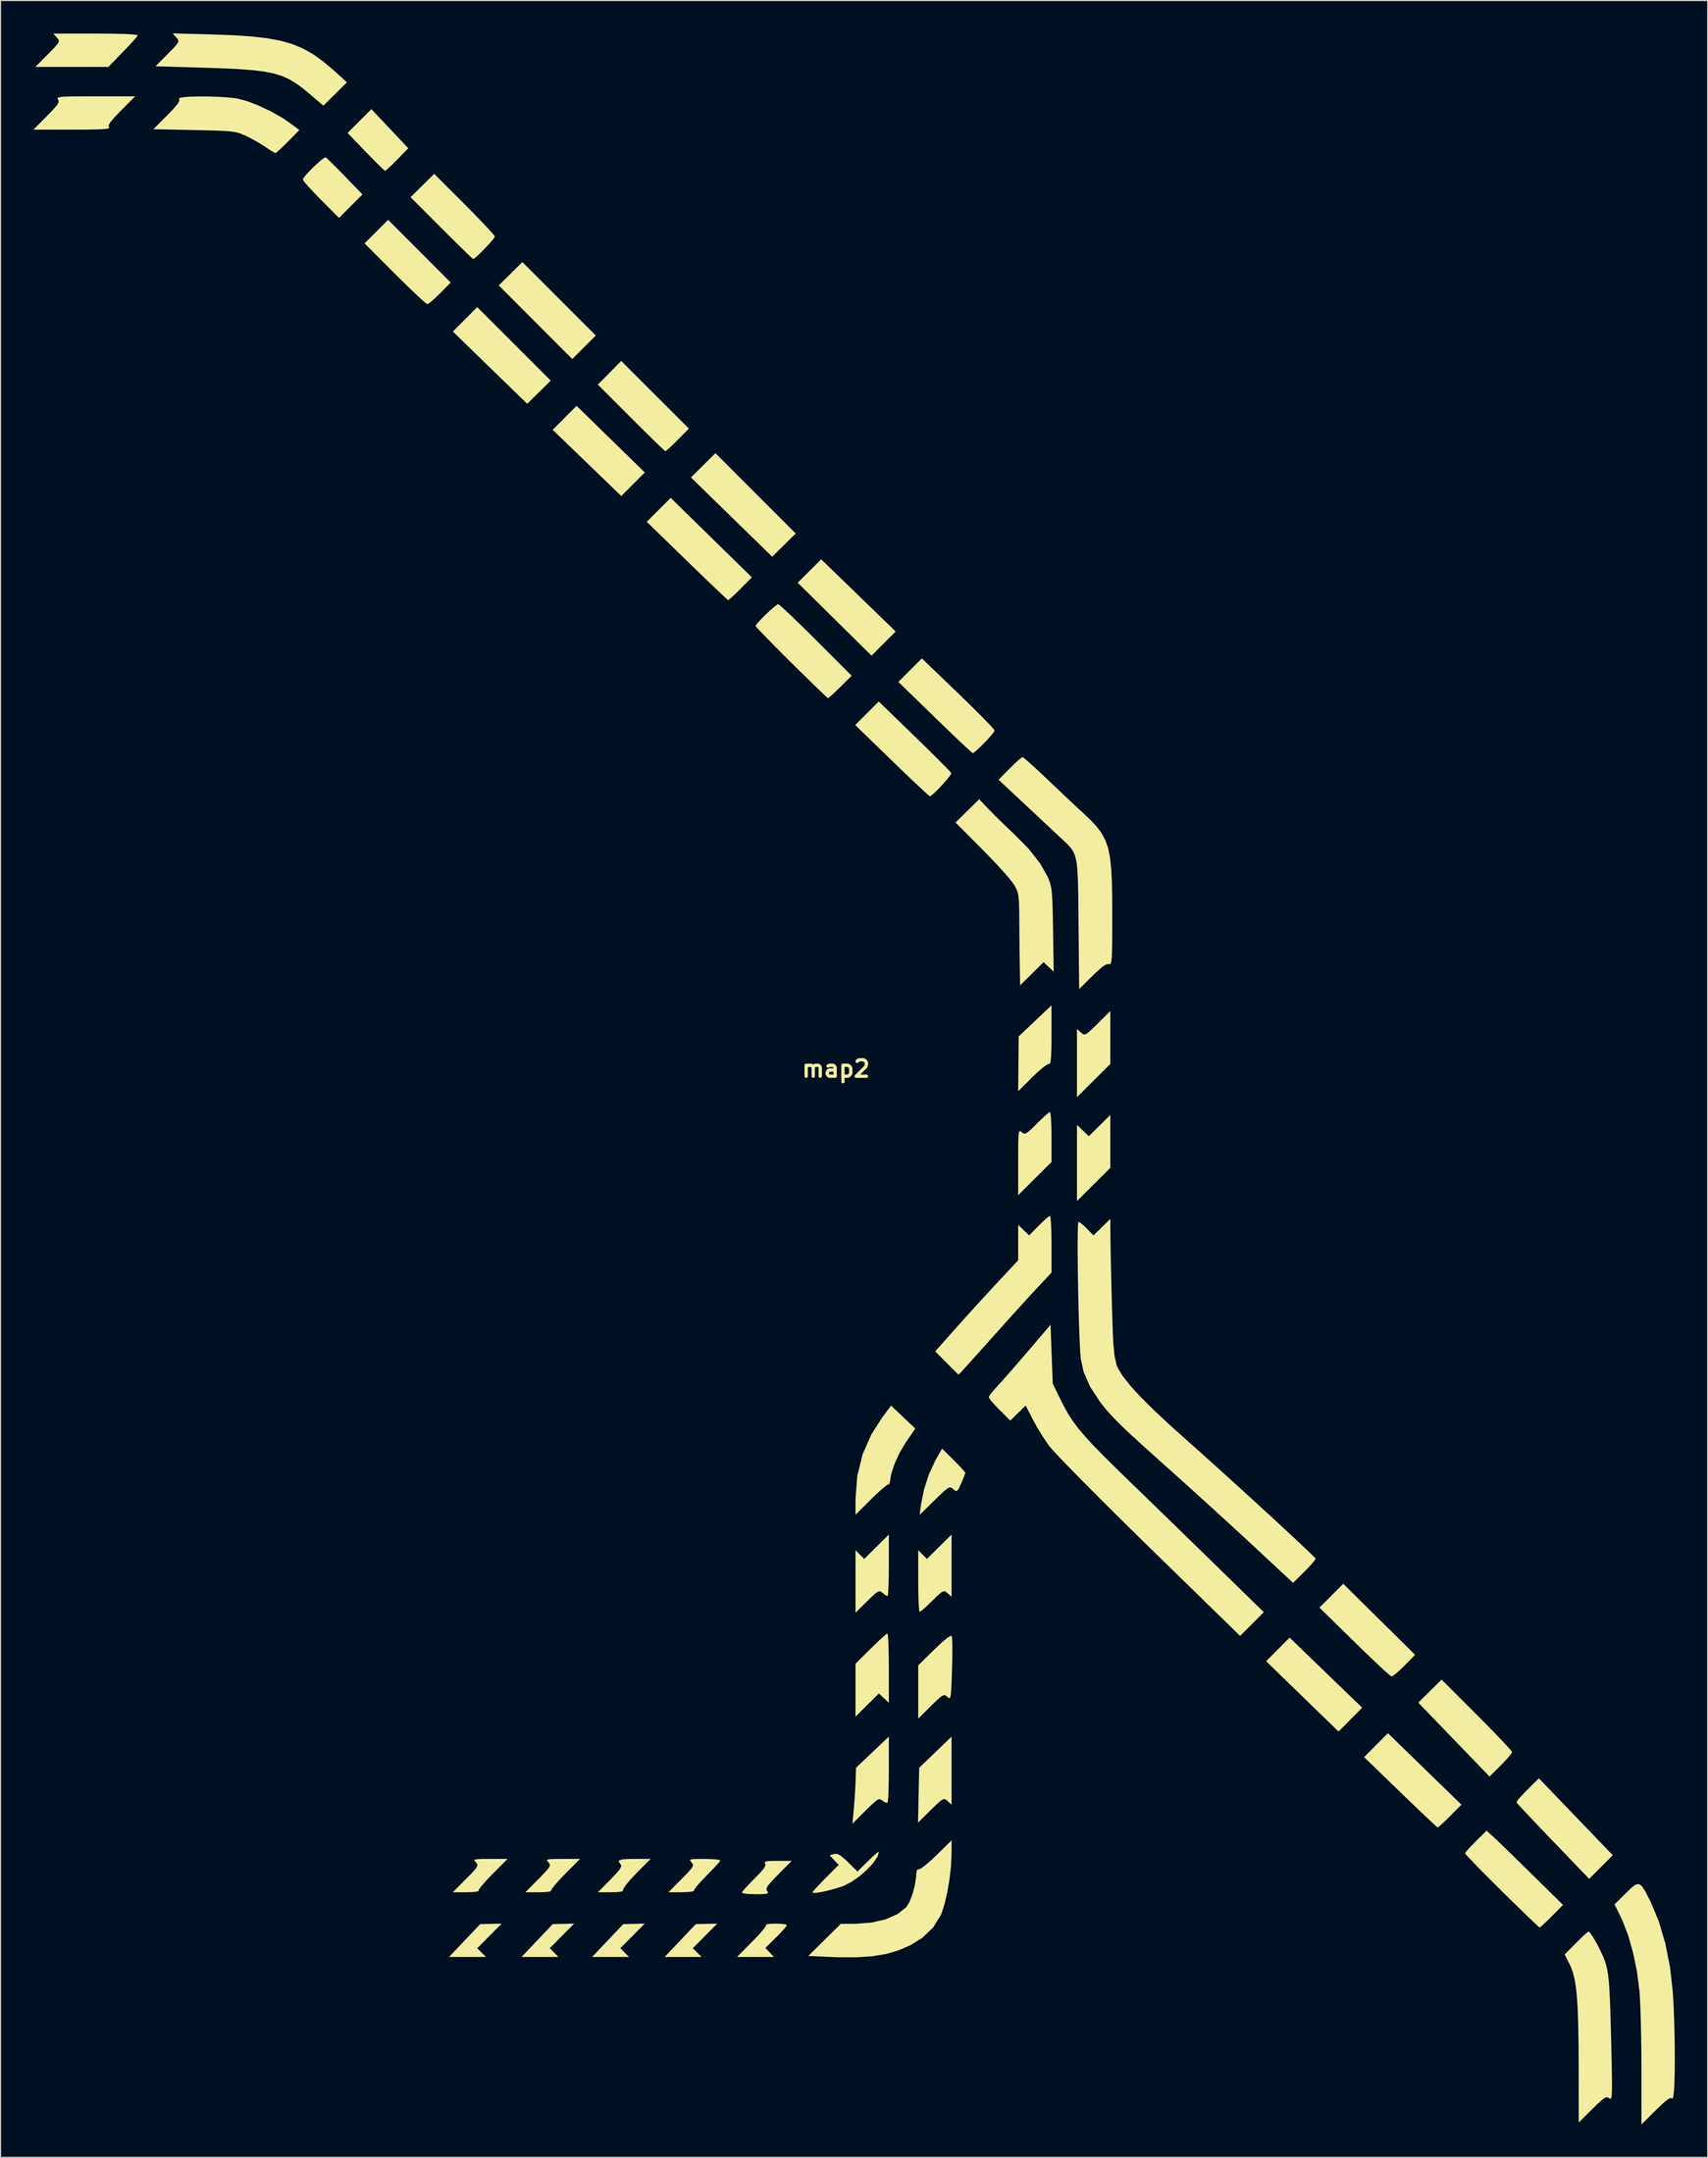
<source format=kicad_pcb>
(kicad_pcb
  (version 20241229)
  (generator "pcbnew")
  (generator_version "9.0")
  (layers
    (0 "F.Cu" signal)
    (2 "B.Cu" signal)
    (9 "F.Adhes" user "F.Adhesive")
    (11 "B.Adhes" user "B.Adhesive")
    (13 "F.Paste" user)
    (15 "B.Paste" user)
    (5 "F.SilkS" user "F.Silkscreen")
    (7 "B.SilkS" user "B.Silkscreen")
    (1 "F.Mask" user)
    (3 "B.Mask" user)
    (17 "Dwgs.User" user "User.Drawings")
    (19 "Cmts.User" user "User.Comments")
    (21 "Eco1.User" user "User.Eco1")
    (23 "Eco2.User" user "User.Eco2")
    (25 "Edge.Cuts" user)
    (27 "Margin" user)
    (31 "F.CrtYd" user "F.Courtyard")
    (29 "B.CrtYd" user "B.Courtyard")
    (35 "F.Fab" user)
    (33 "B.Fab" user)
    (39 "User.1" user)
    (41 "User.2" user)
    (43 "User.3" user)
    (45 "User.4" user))
  (footprint "map2"
    (layer "F.Cu")
    (at 73.239 94.459)
    (property "Reference" "map2" (at 0 0 0) (layer "F.SilkS") (effects (font (size 1.5 1.5) (thickness 0.3))))
    (attr board_only exclude_from_pos_files exclude_from_bom)
    (fp_poly (pts (xy -29.381 -66.138) (xy -26.028 -62.786) (xy -27.1 -61.727) (xy -28.173 -60.668) (xy -31.566 -63.965) (xy -34.96 -67.263) (xy -33.846 -68.376) (xy -32.733 -69.49)) (stroke (width 0) (type solid)) (fill yes) (layer "F.SilkS"))
    (fp_poly (pts (xy -25.265 -70.25) (xy -21.914 -66.9) (xy -22.988 -65.826) (xy -24.062 -64.752) (xy -27.416 -68.11) (xy -30.77 -71.467) (xy -29.692 -72.534) (xy -28.615 -73.6)) (stroke (width 0) (type solid)) (fill yes) (layer "F.SilkS"))
    (fp_poly (pts (xy -20.556 -57.444) (xy -17.44 -54.403) (xy -18.513 -53.329) (xy -19.587 -52.256) (xy -22.717 -55.274) (xy -25.847 -58.293) (xy -24.759 -59.389) (xy -23.671 -60.485)) (stroke (width 0) (type solid)) (fill yes) (layer "F.SilkS"))
    (fp_poly (pts (xy -7.332 -52.498) (xy -3.67 -48.833) (xy -4.742 -47.774) (xy -5.813 -46.715) (xy -9.52 -50.333) (xy -13.227 -53.95) (xy -12.111 -55.057) (xy -10.994 -56.163)) (stroke (width 0) (type solid)) (fill yes) (layer "F.SilkS"))
    (fp_poly (pts (xy 2.057 -43.187) (xy 5.456 -39.897) (xy 4.354 -38.793) (xy 3.253 -37.69) (xy -0.117 -41.017) (xy -3.488 -44.344) (xy -2.415 -45.411) (xy -1.342 -46.478)) (stroke (width 0) (type solid)) (fill yes) (layer "F.SilkS"))
    (fp_poly (pts (xy 44.718 55.093) (xy 48.027 58.29) (xy 46.95 59.377) (xy 45.873 60.464) (xy 42.568 57.257) (xy 39.263 54.049) (xy 40.336 52.972) (xy 41.409 51.896)) (stroke (width 0) (type solid)) (fill yes) (layer "F.SilkS"))
    (fp_poly (pts (xy -31.621 79.112) (xy -32.734 80.234) (xy -32.336 80.632) (xy -31.939 81.03) (xy -33.621 81.03) (xy -35.304 81.03) (xy -33.885 79.532) (xy -32.465 78.035) (xy -31.487 78.012) (xy -30.508 77.989)) (stroke (width 0) (type solid)) (fill yes) (layer "F.SilkS"))
    (fp_poly (pts (xy -25.003 79.112) (xy -26.116 80.234) (xy -25.718 80.632) (xy -25.321 81.03) (xy -27.003 81.03) (xy -28.686 81.03) (xy -27.267 79.532) (xy -25.847 78.035) (xy -24.869 78.012) (xy -23.89 77.989)) (stroke (width 0) (type solid)) (fill yes) (layer "F.SilkS"))
    (fp_poly (pts (xy -18.563 79.112) (xy -19.676 80.234) (xy -19.279 80.632) (xy -18.881 81.03) (xy -20.564 81.03) (xy -22.246 81.03) (xy -20.827 79.532) (xy -19.408 78.035) (xy -18.429 78.012) (xy -17.45 77.989)) (stroke (width 0) (type solid)) (fill yes) (layer "F.SilkS"))
    (fp_poly (pts (xy -11.945 79.112) (xy -13.058 80.234) (xy -12.66 80.632) (xy -12.263 81.03) (xy -13.945 81.03) (xy -15.628 81.03) (xy -14.209 79.532) (xy -12.789 78.035) (xy -11.811 78.012) (xy -10.832 77.989)) (stroke (width 0) (type solid)) (fill yes) (layer "F.SilkS"))
    (fp_poly (pts (xy 25.042 6.628) (xy 25.042 9.041) (xy 23.522 10.554) (xy 22.001 12.066) (xy 22.001 8.593) (xy 22.001 5.12) (xy 22.541 5.637) (xy 23.08 6.154) (xy 24.061 5.185) (xy 25.042 4.216)) (stroke (width 0) (type solid)) (fill yes) (layer "F.SilkS"))
    (fp_poly (pts (xy 10.554 64.031) (xy 10.554 67.133) (xy 10.19 66.804) (xy 10.008 66.659) (xy 9.839 66.624) (xy 9.617 66.734) (xy 9.279 67.023) (xy 8.762 67.524) (xy 8.659 67.625) (xy 7.493 68.777) (xy 7.548 66.273) (xy 7.602 63.768) (xy 9.078 62.349) (xy 10.554 60.93)) (stroke (width 0) (type solid)) (fill yes) (layer "F.SilkS"))
    (fp_poly (pts (xy 25.042 -2.853) (xy 25.042 -0.439) (xy 23.522 1.073) (xy 22.001 2.586) (xy 22.001 -0.524) (xy 22.001 -3.633) (xy 22.365 -3.304) (xy 22.547 -3.158) (xy 22.717 -3.124) (xy 22.939 -3.235) (xy 23.277 -3.525) (xy 23.794 -4.03) (xy 23.886 -4.12) (xy 25.042 -5.266)) (stroke (width 0) (type solid)) (fill yes) (layer "F.SilkS"))
    (fp_poly (pts (xy -40.711 -85.766) (xy -39.026 -83.981) (xy -40.033 -82.952) (xy -40.513 -82.474) (xy -40.896 -82.114) (xy -41.116 -81.934) (xy -41.14 -81.924) (xy -41.293 -82.046) (xy -41.645 -82.379) (xy -42.146 -82.877) (xy -42.747 -83.492) (xy -42.903 -83.653) (xy -44.566 -85.382) (xy -43.482 -86.466) (xy -42.397 -87.551)) (stroke (width 0) (type solid)) (fill yes) (layer "F.SilkS"))
    (fp_poly (pts (xy 19.676 -3.063) (xy 19.667 -1.936) (xy 19.64 -1.142) (xy 19.591 -0.658) (xy 19.521 -0.46) (xy 19.479 -0.459) (xy 19.275 -0.392) (xy 18.883 -0.108) (xy 18.359 0.349) (xy 17.958 0.734) (xy 16.635 2.048) (xy 16.658 -0.452) (xy 16.681 -2.951) (xy 18.179 -4.371) (xy 19.676 -5.79)) (stroke (width 0) (type solid)) (fill yes) (layer "F.SilkS"))
    (fp_poly (pts (xy -38.013 -74.592) (xy -35.157 -71.732) (xy -36.13 -70.746) (xy -36.616 -70.277) (xy -37.02 -69.929) (xy -37.267 -69.766) (xy -37.291 -69.761) (xy -37.467 -69.882) (xy -37.855 -70.222) (xy -38.415 -70.744) (xy -39.11 -71.411) (xy -39.898 -72.186) (xy -40.247 -72.533) (xy -43.015 -75.306) (xy -41.942 -76.379) (xy -40.869 -77.452)) (stroke (width 0) (type solid)) (fill yes) (layer "F.SilkS"))
    (fp_poly (pts (xy -16.506 -61.493) (xy -13.419 -58.409) (xy -14.44 -57.377) (xy -14.925 -56.899) (xy -15.311 -56.538) (xy -15.534 -56.356) (xy -15.558 -56.345) (xy -15.706 -56.466) (xy -16.071 -56.807) (xy -16.615 -57.332) (xy -17.304 -58.006) (xy -18.101 -58.796) (xy -18.69 -59.384) (xy -21.726 -62.423) (xy -20.66 -63.5) (xy -19.594 -64.577)) (stroke (width 0) (type solid)) (fill yes) (layer "F.SilkS"))
    (fp_poly (pts (xy 49.58 50.224) (xy 52.857 53.465) (xy 51.879 54.458) (xy 51.393 54.928) (xy 50.99 55.276) (xy 50.742 55.439) (xy 50.717 55.444) (xy 50.543 55.321) (xy 50.152 54.98) (xy 49.581 54.455) (xy 48.865 53.78) (xy 48.041 52.988) (xy 47.331 52.296) (xy 44.131 49.155) (xy 45.216 48.07) (xy 46.302 46.984)) (stroke (width 0) (type solid)) (fill yes) (layer "F.SilkS"))
    (fp_poly (pts (xy 53.73 63.875) (xy 57.082 67.134) (xy 56.049 68.179) (xy 55.561 68.66) (xy 55.172 69.021) (xy 54.947 69.204) (xy 54.92 69.215) (xy 54.771 69.093) (xy 54.401 68.755) (xy 53.844 68.234) (xy 53.137 67.562) (xy 52.313 66.772) (xy 51.515 66.002) (xy 48.206 62.798) (xy 49.292 61.707) (xy 50.378 60.616)) (stroke (width 0) (type solid)) (fill yes) (layer "F.SilkS"))
    (fp_poly (pts (xy 58.493 58.941) (xy 59.369 59.822) (xy 60.153 60.625) (xy 60.813 61.316) (xy 61.315 61.856) (xy 61.625 62.212) (xy 61.711 62.341) (xy 61.592 62.546) (xy 61.275 62.925) (xy 60.821 63.407) (xy 60.681 63.547) (xy 59.651 64.566) (xy 56.4 61.198) (xy 53.15 57.83) (xy 54.213 56.778) (xy 55.276 55.726)) (stroke (width 0) (type solid)) (fill yes) (layer "F.SilkS"))
    (fp_poly (pts (xy 67.528 68.241) (xy 70.899 71.749) (xy 69.822 72.826) (xy 68.745 73.902) (xy 65.452 70.477) (xy 64.573 69.56) (xy 63.78 68.727) (xy 63.104 68.012) (xy 62.579 67.45) (xy 62.237 67.076) (xy 62.112 66.926) (xy 62.209 66.751) (xy 62.508 66.397) (xy 62.95 65.928) (xy 63.111 65.766) (xy 64.157 64.732)) (stroke (width 0) (type solid)) (fill yes) (layer "F.SilkS"))
    (fp_poly (pts (xy -11.375 -48.461) (xy -7.673 -44.837) (xy -8.705 -43.794) (xy -9.192 -43.314) (xy -9.58 -42.953) (xy -9.806 -42.771) (xy -9.832 -42.76) (xy -9.98 -42.882) (xy -10.35 -43.223) (xy -10.91 -43.751) (xy -11.627 -44.435) (xy -12.467 -45.243) (xy -13.397 -46.144) (xy -13.594 -46.336) (xy -17.261 -49.902) (xy -16.169 -50.994) (xy -15.078 -52.085)) (stroke (width 0) (type solid)) (fill yes) (layer "F.SilkS"))
    (fp_poly (pts (xy 4.741 51.685) (xy 4.778 52.155) (xy 4.806 52.869) (xy 4.824 53.77) (xy 4.83 54.677) (xy 4.83 57.838) (xy 4.378 57.414) (xy 3.927 56.99) (xy 2.858 58.048) (xy 1.789 59.106) (xy 1.789 56.693) (xy 1.789 54.28) (xy 3.179 52.898) (xy 3.752 52.339) (xy 4.236 51.888) (xy 4.573 51.598) (xy 4.699 51.515)) (stroke (width 0) (type solid)) (fill yes) (layer "F.SilkS"))
    (fp_poly (pts (xy -18.227 73.409) (xy -18.775 73.99) (xy -19.181 74.477) (xy -19.4 74.815) (xy -19.419 74.929) (xy -19.485 75.044) (xy -19.868 75.108) (xy -20.51 75.127) (xy -21.723 75.127) (xy -20.572 73.966) (xy -20.016 73.384) (xy -19.698 72.991) (xy -19.585 72.739) (xy -19.638 72.589) (xy -19.815 72.36) (xy -19.773 72.211) (xy -19.473 72.126) (xy -18.878 72.09) (xy -18.384 72.086) (xy -16.912 72.086)) (stroke (width 0) (type solid)) (fill yes) (layer "F.SilkS"))
    (fp_poly (pts (xy -4.937 78.011) (xy -4.569 78.069) (xy -4.472 78.129) (xy -4.591 78.313) (xy -4.905 78.673) (xy -5.353 79.139) (xy -5.453 79.238) (xy -6.434 80.207) (xy -6.048 80.618) (xy -5.662 81.03) (xy -7.343 81.03) (xy -9.025 81.03) (xy -7.637 79.634) (xy -7.09 79.063) (xy -6.668 78.581) (xy -6.418 78.244) (xy -6.374 78.113) (xy -6.283 78.047) (xy -5.919 78.002) (xy -5.485 77.989)) (stroke (width 0) (type solid)) (fill yes) (layer "F.SilkS"))
    (fp_poly (pts (xy 4.83 45.305) (xy 4.822 46.262) (xy 4.802 47.08) (xy 4.772 47.697) (xy 4.735 48.053) (xy 4.71 48.117) (xy 4.499 48.01) (xy 4.256 47.815) (xy 4.079 47.684) (xy 3.901 47.673) (xy 3.656 47.819) (xy 3.278 48.157) (xy 2.856 48.57) (xy 1.789 49.626) (xy 1.789 46.775) (xy 1.789 43.923) (xy 2.186 44.321) (xy 2.584 44.718) (xy 3.707 43.606) (xy 4.83 42.493)) (stroke (width 0) (type solid)) (fill yes) (layer "F.SilkS"))
    (fp_poly (pts (xy 6.139 31.777) (xy 7.244 32.823) (xy 6.387 34.073) (xy 5.807 35.044) (xy 5.341 36.067) (xy 5.035 37.026) (xy 4.938 37.653) (xy 4.871 37.903) (xy 4.789 37.921) (xy 4.619 38.004) (xy 4.254 38.296) (xy 3.751 38.749) (xy 3.224 39.258) (xy 1.789 40.685) (xy 1.789 39.296) (xy 1.947 37.173) (xy 2.428 35.2) (xy 3.236 33.355) (xy 4.191 31.867) (xy 5.034 30.731)) (stroke (width 0) (type solid)) (fill yes) (layer "F.SilkS"))
    (fp_poly (pts (xy -46.394 -83.005) (xy -46.024 -82.65) (xy -45.51 -82.138) (xy -44.905 -81.52) (xy -44.815 -81.427) (xy -43.212 -79.767) (xy -44.281 -78.698) (xy -45.35 -77.629) (xy -47.002 -79.288) (xy -47.618 -79.92) (xy -48.129 -80.47) (xy -48.489 -80.885) (xy -48.65 -81.112) (xy -48.654 -81.128) (xy -48.534 -81.344) (xy -48.228 -81.705) (xy -47.811 -82.139) (xy -47.358 -82.57) (xy -46.948 -82.926) (xy -46.655 -83.131) (xy -46.57 -83.152)) (stroke (width 0) (type solid)) (fill yes) (layer "F.SilkS"))
    (fp_poly (pts (xy -66.277 -94.438) (xy -65.229 -94.417) (xy -64.428 -94.384) (xy -63.91 -94.34) (xy -63.709 -94.287) (xy -63.709 -94.279) (xy -63.852 -94.088) (xy -64.191 -93.704) (xy -64.671 -93.188) (xy -65.084 -92.758) (xy -66.399 -91.404) (xy -69.729 -91.404) (xy -73.059 -91.404) (xy -71.913 -92.561) (xy -71.376 -93.109) (xy -71.057 -93.468) (xy -70.923 -93.703) (xy -70.939 -93.876) (xy -71.071 -94.052) (xy -71.096 -94.081) (xy -71.426 -94.445) (xy -67.537 -94.445)) (stroke (width 0) (type solid)) (fill yes) (layer "F.SilkS"))
    (fp_poly (pts (xy 4.83 63.884) (xy 4.823 64.878) (xy 4.804 65.744) (xy 4.775 66.421) (xy 4.738 66.845) (xy 4.71 66.959) (xy 4.506 66.945) (xy 4.256 66.776) (xy 4.087 66.65) (xy 3.914 66.636) (xy 3.678 66.769) (xy 3.317 67.084) (xy 2.771 67.616) (xy 2.717 67.67) (xy 1.511 68.867) (xy 1.637 67.48) (xy 1.707 66.599) (xy 1.766 65.662) (xy 1.799 64.931) (xy 1.835 63.768) (xy 3.332 62.349) (xy 4.83 60.93)) (stroke (width 0) (type solid)) (fill yes) (layer "F.SilkS"))
    (fp_poly (pts (xy 10.554 45.333) (xy 10.554 48.172) (xy 10.19 47.843) (xy 9.999 47.691) (xy 9.824 47.66) (xy 9.595 47.783) (xy 9.242 48.096) (xy 8.798 48.531) (xy 8.305 49.004) (xy 7.906 49.36) (xy 7.669 49.538) (xy 7.642 49.548) (xy 7.598 49.379) (xy 7.56 48.913) (xy 7.532 48.21) (xy 7.516 47.33) (xy 7.513 46.736) (xy 7.513 43.923) (xy 7.91 44.321) (xy 8.308 44.718) (xy 9.431 43.606) (xy 10.554 42.493)) (stroke (width 0) (type solid)) (fill yes) (layer "F.SilkS"))
    (fp_poly (pts (xy -33.895 -78.881) (xy -33.085 -78.065) (xy -32.369 -77.326) (xy -31.782 -76.706) (xy -31.362 -76.241) (xy -31.146 -75.973) (xy -31.124 -75.928) (xy -31.241 -75.735) (xy -31.541 -75.378) (xy -31.948 -74.936) (xy -32.384 -74.49) (xy -32.774 -74.118) (xy -33.04 -73.901) (xy -33.099 -73.875) (xy -33.245 -73.996) (xy -33.605 -74.335) (xy -34.144 -74.855) (xy -34.822 -75.522) (xy -35.604 -76.298) (xy -36.002 -76.696) (xy -38.819 -79.517) (xy -37.742 -80.582) (xy -36.666 -81.648)) (stroke (width 0) (type solid)) (fill yes) (layer "F.SilkS"))
    (fp_poly (pts (xy -31.357 73.482) (xy -31.904 74.053) (xy -32.326 74.535) (xy -32.577 74.872) (xy -32.62 75.002) (xy -32.719 75.063) (xy -33.096 75.108) (xy -33.673 75.127) (xy -33.728 75.127) (xy -34.96 75.127) (xy -33.757 73.914) (xy -33.203 73.348) (xy -32.871 72.973) (xy -32.725 72.73) (xy -32.73 72.56) (xy -32.851 72.403) (xy -32.861 72.394) (xy -32.984 72.248) (xy -32.964 72.157) (xy -32.744 72.109) (xy -32.272 72.089) (xy -31.569 72.086) (xy -29.97 72.086)) (stroke (width 0) (type solid)) (fill yes) (layer "F.SilkS"))
    (fp_poly (pts (xy -24.739 73.482) (xy -25.286 74.053) (xy -25.708 74.535) (xy -25.958 74.872) (xy -26.002 75.002) (xy -26.101 75.063) (xy -26.478 75.108) (xy -27.054 75.127) (xy -27.109 75.127) (xy -28.342 75.127) (xy -27.138 73.914) (xy -26.585 73.348) (xy -26.252 72.973) (xy -26.106 72.73) (xy -26.111 72.56) (xy -26.233 72.403) (xy -26.242 72.394) (xy -26.366 72.248) (xy -26.345 72.157) (xy -26.126 72.109) (xy -25.654 72.089) (xy -24.951 72.086) (xy -23.351 72.086)) (stroke (width 0) (type solid)) (fill yes) (layer "F.SilkS"))
    (fp_poly (pts (xy 7.187 -30.331) (xy 8.08 -29.46) (xy 8.885 -28.667) (xy 9.568 -27.986) (xy 10.093 -27.452) (xy 10.425 -27.101) (xy 10.53 -26.974) (xy 10.441 -26.784) (xy 10.166 -26.427) (xy 9.778 -25.982) (xy 9.349 -25.526) (xy 8.953 -25.141) (xy 8.663 -24.903) (xy 8.574 -24.863) (xy 8.421 -24.983) (xy 8.046 -25.32) (xy 7.486 -25.841) (xy 6.775 -26.514) (xy 5.948 -27.305) (xy 5.112 -28.113) (xy 1.762 -31.362) (xy 2.836 -32.436) (xy 3.909 -33.509)) (stroke (width 0) (type solid)) (fill yes) (layer "F.SilkS"))
    (fp_poly (pts (xy 11.165 -34.247) (xy 12.063 -33.376) (xy 12.869 -32.581) (xy 13.549 -31.896) (xy 14.068 -31.357) (xy 14.392 -30.998) (xy 14.489 -30.859) (xy 14.37 -30.658) (xy 14.067 -30.296) (xy 13.656 -29.851) (xy 13.215 -29.404) (xy 12.82 -29.035) (xy 12.55 -28.822) (xy 12.492 -28.799) (xy 12.34 -28.918) (xy 11.967 -29.255) (xy 11.408 -29.777) (xy 10.699 -30.45) (xy 9.874 -31.242) (xy 9.041 -32.049) (xy 5.699 -35.298) (xy 6.77 -36.37) (xy 7.841 -37.441)) (stroke (width 0) (type solid)) (fill yes) (layer "F.SilkS"))
    (fp_poly (pts (xy 10.749 35.702) (xy 11.234 36.195) (xy 11.602 36.594) (xy 11.792 36.832) (xy 11.806 36.864) (xy 11.739 37.082) (xy 11.568 37.511) (xy 11.433 37.823) (xy 11.208 38.309) (xy 11.051 38.517) (xy 10.894 38.499) (xy 10.711 38.349) (xy 10.545 38.22) (xy 10.379 38.192) (xy 10.158 38.3) (xy 9.824 38.576) (xy 9.321 39.055) (xy 9.006 39.363) (xy 7.65 40.694) (xy 7.767 39.753) (xy 8.041 38.375) (xy 8.503 36.963) (xy 9.089 35.702) (xy 9.137 35.618) (xy 9.692 34.656)) (stroke (width 0) (type solid)) (fill yes) (layer "F.SilkS"))
    (fp_poly (pts (xy 19.589 4.103) (xy 19.632 4.561) (xy 19.663 5.243) (xy 19.676 6.082) (xy 19.676 6.22) (xy 19.676 8.504) (xy 18.156 10.017) (xy 16.635 11.529) (xy 16.635 8.51) (xy 16.637 7.409) (xy 16.646 6.622) (xy 16.667 6.103) (xy 16.705 5.806) (xy 16.767 5.687) (xy 16.857 5.7) (xy 16.958 5.782) (xy 17.132 5.907) (xy 17.312 5.909) (xy 17.562 5.75) (xy 17.947 5.395) (xy 18.339 5.004) (xy 18.838 4.516) (xy 19.247 4.144) (xy 19.498 3.95) (xy 19.536 3.935)) (stroke (width 0) (type solid)) (fill yes) (layer "F.SilkS"))
    (fp_poly (pts (xy 10.574 51.749) (xy 10.607 51.993) (xy 10.625 52.529) (xy 10.627 53.29) (xy 10.612 54.208) (xy 10.596 54.786) (xy 10.56 55.844) (xy 10.527 56.591) (xy 10.489 57.072) (xy 10.437 57.334) (xy 10.365 57.423) (xy 10.263 57.384) (xy 10.165 57.301) (xy 9.991 57.17) (xy 9.818 57.152) (xy 9.583 57.283) (xy 9.223 57.599) (xy 8.675 58.134) (xy 8.669 58.14) (xy 7.513 59.286) (xy 7.513 56.855) (xy 7.513 54.424) (xy 8.987 52.979) (xy 9.675 52.331) (xy 10.185 51.909) (xy 10.493 51.73)) (stroke (width 0) (type solid)) (fill yes) (layer "F.SilkS"))
    (fp_poly (pts (xy -65.251 -87.418) (xy -65.849 -86.797) (xy -66.211 -86.37) (xy -66.367 -86.092) (xy -66.349 -85.921) (xy -66.329 -85.897) (xy -66.325 -85.821) (xy -66.51 -85.764) (xy -66.919 -85.723) (xy -67.585 -85.697) (xy -68.544 -85.684) (xy -69.675 -85.68) (xy -73.239 -85.68) (xy -72.006 -86.923) (xy -71.438 -87.509) (xy -71.096 -87.907) (xy -70.945 -88.17) (xy -70.948 -88.354) (xy -71.004 -88.443) (xy -71.053 -88.537) (xy -70.992 -88.607) (xy -70.781 -88.657) (xy -70.379 -88.69) (xy -69.744 -88.71) (xy -68.834 -88.719) (xy -67.608 -88.721) (xy -67.596 -88.721) (xy -63.956 -88.721)) (stroke (width 0) (type solid)) (fill yes) (layer "F.SilkS"))
    (fp_poly (pts (xy -5.267 73.507) (xy -5.835 74.093) (xy -6.177 74.491) (xy -6.329 74.755) (xy -6.325 74.939) (xy -6.269 75.027) (xy -6.186 75.172) (xy -6.276 75.256) (xy -6.597 75.295) (xy -7.208 75.306) (xy -7.312 75.306) (xy -7.935 75.288) (xy -8.389 75.24) (xy -8.584 75.174) (xy -8.586 75.166) (xy -8.467 74.987) (xy -8.148 74.623) (xy -7.686 74.138) (xy -7.429 73.881) (xy -6.863 73.297) (xy -6.539 72.898) (xy -6.425 72.64) (xy -6.467 72.499) (xy -6.506 72.377) (xy -6.335 72.305) (xy -5.903 72.271) (xy -5.348 72.265) (xy -4.034 72.265)) (stroke (width 0) (type solid)) (fill yes) (layer "F.SilkS"))
    (fp_poly (pts (xy -11.349 72.102) (xy -10.837 72.143) (xy -10.573 72.203) (xy -10.554 72.225) (xy -10.673 72.403) (xy -10.994 72.768) (xy -11.461 73.26) (xy -11.797 73.598) (xy -12.316 74.136) (xy -12.71 74.587) (xy -12.926 74.891) (xy -12.949 74.979) (xy -13.065 75.052) (xy -13.455 75.105) (xy -14.037 75.127) (xy -14.071 75.127) (xy -15.284 75.127) (xy -14.081 73.914) (xy -13.527 73.348) (xy -13.195 72.973) (xy -13.049 72.73) (xy -13.054 72.56) (xy -13.175 72.403) (xy -13.185 72.394) (xy -13.313 72.243) (xy -13.289 72.152) (xy -13.06 72.105) (xy -12.568 72.088) (xy -12.023 72.086)) (stroke (width 0) (type solid)) (fill yes) (layer "F.SilkS"))
    (fp_poly (pts (xy 60.055 70.122) (xy 60.383 70.431) (xy 60.916 70.943) (xy 61.607 71.613) (xy 62.405 72.393) (xy 63.264 73.235) (xy 63.543 73.509) (xy 66.359 76.282) (xy 65.338 77.314) (xy 64.853 77.792) (xy 64.467 78.151) (xy 64.246 78.331) (xy 64.221 78.341) (xy 64.074 78.219) (xy 63.707 77.878) (xy 63.155 77.351) (xy 62.452 76.67) (xy 61.632 75.869) (xy 60.772 75.023) (xy 59.876 74.133) (xy 59.071 73.324) (xy 58.389 72.629) (xy 57.864 72.083) (xy 57.529 71.721) (xy 57.418 71.578) (xy 57.537 71.399) (xy 57.851 71.042) (xy 58.299 70.579) (xy 58.4 70.478) (xy 59.382 69.508)) (stroke (width 0) (type solid)) (fill yes) (layer "F.SilkS"))
    (fp_poly (pts (xy -5.101 -42.271) (xy -4.716 -41.929) (xy -4.151 -41.399) (xy -3.44 -40.715) (xy -2.62 -39.911) (xy -1.83 -39.125) (xy 1.435 -35.857) (xy 0.399 -34.832) (xy -0.089 -34.358) (xy -0.477 -34.002) (xy -0.697 -33.822) (xy -0.721 -33.811) (xy -0.865 -33.933) (xy -1.229 -34.274) (xy -1.777 -34.8) (xy -2.474 -35.478) (xy -3.287 -36.275) (xy -4.069 -37.048) (xy -4.952 -37.926) (xy -5.744 -38.724) (xy -6.412 -39.405) (xy -6.922 -39.936) (xy -7.24 -40.281) (xy -7.334 -40.404) (xy -7.212 -40.597) (xy -6.898 -40.946) (xy -6.474 -41.375) (xy -6.017 -41.807) (xy -5.61 -42.164) (xy -5.33 -42.37) (xy -5.269 -42.393)) (stroke (width 0) (type solid)) (fill yes) (layer "F.SilkS"))
    (fp_poly (pts (xy 3.935 71.43) (xy 3.789 71.895) (xy 3.396 72.467) (xy 2.823 73.083) (xy 2.137 73.678) (xy 1.404 74.188) (xy 0.692 74.55) (xy 0.646 74.567) (xy 0.035 74.77) (xy -0.632 74.952) (xy -1.267 75.094) (xy -1.784 75.178) (xy -2.095 75.187) (xy -2.146 75.152) (xy -2.029 74.987) (xy -1.712 74.632) (xy -1.251 74.148) (xy -0.948 73.839) (xy 0.25 72.632) (xy -0.159 72.197) (xy -0.567 71.762) (xy -0.174 71.637) (xy 0.098 71.621) (xy 0.415 71.774) (xy 0.852 72.141) (xy 1.093 72.374) (xy 1.968 73.236) (xy 2.952 72.264) (xy 3.412 71.826) (xy 3.758 71.527) (xy 3.927 71.421)) (stroke (width 0) (type solid)) (fill yes) (layer "F.SilkS"))
    (fp_poly (pts (xy -57.229 -94.374) (xy -55.19 -94.303) (xy -53.46 -94.194) (xy -51.989 -94.033) (xy -50.729 -93.804) (xy -49.631 -93.493) (xy -48.647 -93.086) (xy -47.727 -92.568) (xy -46.824 -91.924) (xy -45.887 -91.14) (xy -45.613 -90.893) (xy -44.629 -89.999) (xy -45.702 -88.933) (xy -46.775 -87.867) (xy -48.011 -88.921) (xy -48.682 -89.474) (xy -49.304 -89.928) (xy -49.922 -90.295) (xy -50.582 -90.587) (xy -51.329 -90.812) (xy -52.206 -90.983) (xy -53.26 -91.11) (xy -54.535 -91.205) (xy -56.075 -91.278) (xy -57.927 -91.339) (xy -58.011 -91.342) (xy -62.092 -91.461) (xy -60.974 -92.589) (xy -60.444 -93.129) (xy -60.134 -93.481) (xy -60.007 -93.711) (xy -60.031 -93.884) (xy -60.17 -94.065) (xy -60.191 -94.088) (xy -60.527 -94.459)) (stroke (width 0) (type solid)) (fill yes) (layer "F.SilkS"))
    (fp_poly (pts (xy 10.554 71.656) (xy 10.504 72.738) (xy 10.368 73.93) (xy 10.165 75.122) (xy 9.915 76.203) (xy 9.637 77.059) (xy 9.578 77.199) (xy 8.872 78.344) (xy 7.863 79.302) (xy 6.79 79.96) (xy 5.727 80.423) (xy 4.603 80.754) (xy 3.351 80.964) (xy 1.908 81.061) (xy 0.207 81.056) (xy -0.497 81.03) (xy -2.514 80.94) (xy -1.033 79.474) (xy 0.447 78.008) (xy 1.72 78.007) (xy 3.211 77.902) (xy 4.527 77.602) (xy 5.618 77.121) (xy 6.416 76.497) (xy 6.705 76.033) (xy 6.976 75.339) (xy 7.193 74.538) (xy 7.316 73.758) (xy 7.331 73.457) (xy 7.397 73.089) (xy 7.557 73.034) (xy 7.769 72.95) (xy 8.167 72.658) (xy 8.692 72.205) (xy 9.167 71.757) (xy 10.554 70.395)) (stroke (width 0) (type solid)) (fill yes) (layer "F.SilkS"))
    (fp_poly (pts (xy -57.34 -88.705) (xy -56.476 -88.681) (xy -55.651 -88.634) (xy -54.933 -88.563) (xy -54.646 -88.521) (xy -53.762 -88.29) (xy -52.711 -87.887) (xy -51.606 -87.365) (xy -50.56 -86.778) (xy -49.839 -86.293) (xy -48.968 -85.645) (xy -50.012 -84.59) (xy -50.502 -84.106) (xy -50.894 -83.739) (xy -51.123 -83.55) (xy -51.152 -83.537) (xy -51.34 -83.632) (xy -51.724 -83.874) (xy -52.052 -84.095) (xy -52.698 -84.5) (xy -53.451 -84.917) (xy -53.841 -85.11) (xy -54.188 -85.265) (xy -54.517 -85.382) (xy -54.885 -85.468) (xy -55.351 -85.529) (xy -55.973 -85.572) (xy -56.808 -85.604) (xy -57.915 -85.631) (xy -58.558 -85.644) (xy -62.292 -85.717) (xy -61.015 -87.002) (xy -60.415 -87.627) (xy -60.056 -88.058) (xy -59.91 -88.334) (xy -59.947 -88.496) (xy -59.875 -88.581) (xy -59.512 -88.644) (xy -58.925 -88.687) (xy -58.178 -88.707)) (stroke (width 0) (type solid)) (fill yes) (layer "F.SilkS"))
    (fp_poly (pts (xy 19.585 13.584) (xy 19.627 14.047) (xy 19.658 14.742) (xy 19.674 15.606) (xy 19.676 16.004) (xy 19.676 18.593) (xy 18.29 20.075) (xy 17.754 20.654) (xy 17.038 21.437) (xy 16.2 22.361) (xy 15.296 23.361) (xy 14.386 24.375) (xy 14.069 24.73) (xy 13.274 25.619) (xy 12.562 26.412) (xy 11.967 27.072) (xy 11.522 27.563) (xy 11.259 27.847) (xy 11.202 27.904) (xy 11.07 27.787) (xy 10.748 27.473) (xy 10.296 27.022) (xy 10.117 26.842) (xy 9.066 25.78) (xy 10.877 23.739) (xy 11.701 22.819) (xy 12.659 21.761) (xy 13.642 20.686) (xy 14.538 19.717) (xy 14.661 19.585) (xy 16.635 17.472) (xy 16.635 15.857) (xy 16.635 14.243) (xy 17.135 14.722) (xy 17.635 15.201) (xy 18.515 14.308) (xy 18.97 13.865) (xy 19.334 13.545) (xy 19.531 13.416) (xy 19.535 13.415)) (stroke (width 0) (type solid)) (fill yes) (layer "F.SilkS"))
    (fp_poly (pts (xy 14.005 -23.618) (xy 14.588 -23.025) (xy 15.305 -22.323) (xy 16.022 -21.643) (xy 16.188 -21.489) (xy 17.586 -20.078) (xy 18.64 -18.73) (xy 19.33 -17.5) (xy 19.472 -17.162) (xy 19.58 -16.83) (xy 19.66 -16.448) (xy 19.716 -15.959) (xy 19.756 -15.307) (xy 19.784 -14.435) (xy 19.807 -13.285) (xy 19.816 -12.704) (xy 19.875 -8.862) (xy 19.414 -9.296) (xy 18.952 -9.729) (xy 17.883 -8.671) (xy 16.814 -7.613) (xy 16.783 -9.218) (xy 16.77 -10.019) (xy 16.757 -11.052) (xy 16.746 -12.188) (xy 16.739 -13.301) (xy 16.738 -13.415) (xy 16.729 -14.441) (xy 16.708 -15.182) (xy 16.665 -15.708) (xy 16.589 -16.094) (xy 16.471 -16.41) (xy 16.299 -16.728) (xy 16.265 -16.787) (xy 15.992 -17.161) (xy 15.513 -17.729) (xy 14.877 -18.436) (xy 14.134 -19.226) (xy 13.362 -20.016) (xy 10.919 -22.468) (xy 11.997 -23.531) (xy 13.075 -24.595)) (stroke (width 0) (type solid)) (fill yes) (layer "F.SilkS"))
    (fp_poly (pts (xy 73.565 74.583) (xy 73.874 75.06) (xy 74.271 75.832) (xy 74.392 76.076) (xy 75.108 77.805) (xy 75.691 79.788) (xy 76.12 81.942) (xy 76.375 84.182) (xy 76.386 84.339) (xy 76.452 85.517) (xy 76.502 86.772) (xy 76.536 88.057) (xy 76.555 89.325) (xy 76.56 90.528) (xy 76.549 91.621) (xy 76.524 92.557) (xy 76.484 93.288) (xy 76.43 93.768) (xy 76.362 93.95) (xy 76.341 93.942) (xy 76.184 93.894) (xy 75.93 94.015) (xy 75.534 94.337) (xy 74.952 94.889) (xy 74.82 95.02) (xy 73.517 96.314) (xy 73.515 91.221) (xy 73.508 89.782) (xy 73.49 88.348) (xy 73.461 86.991) (xy 73.425 85.784) (xy 73.382 84.796) (xy 73.338 84.14) (xy 73.112 82.388) (xy 72.757 80.656) (xy 72.3 79.048) (xy 71.766 77.671) (xy 71.656 77.437) (xy 71.061 76.23) (xy 72.101 75.202) (xy 72.612 74.71) (xy 72.989 74.429) (xy 73.288 74.38)) (stroke (width 0) (type solid)) (fill yes) (layer "F.SilkS"))
    (fp_poly (pts (xy 68.851 78.853) (xy 69.113 79.243) (xy 69.427 79.789) (xy 69.747 80.404) (xy 70.025 81.004) (xy 70.196 81.446) (xy 70.307 81.815) (xy 70.4 82.214) (xy 70.476 82.682) (xy 70.54 83.26) (xy 70.593 83.99) (xy 70.64 84.912) (xy 70.682 86.066) (xy 70.723 87.495) (xy 70.765 89.238) (xy 70.768 89.343) (xy 70.8 90.781) (xy 70.82 91.897) (xy 70.828 92.731) (xy 70.821 93.318) (xy 70.798 93.696) (xy 70.758 93.903) (xy 70.698 93.975) (xy 70.617 93.949) (xy 70.579 93.919) (xy 70.414 93.829) (xy 70.219 93.861) (xy 69.937 94.052) (xy 69.51 94.438) (xy 69.035 94.902) (xy 67.793 96.135) (xy 67.788 91.131) (xy 67.779 89.101) (xy 67.753 87.393) (xy 67.707 85.971) (xy 67.638 84.801) (xy 67.543 83.847) (xy 67.419 83.073) (xy 67.264 82.445) (xy 67.073 81.926) (xy 66.978 81.725) (xy 66.51 80.802) (xy 67.549 79.753) (xy 68.038 79.27) (xy 68.43 78.905) (xy 68.66 78.717) (xy 68.689 78.704)) (stroke (width 0) (type solid)) (fill yes) (layer "F.SilkS"))
    (fp_poly (pts (xy 19.688 26.04) (xy 19.789 28.725) (xy 20.53 30.237) (xy 20.887 30.935) (xy 21.253 31.575) (xy 21.66 32.195) (xy 22.141 32.833) (xy 22.726 33.525) (xy 23.447 34.309) (xy 24.336 35.223) (xy 25.425 36.304) (xy 26.746 37.59) (xy 26.749 37.594) (xy 27.959 38.766) (xy 29.341 40.109) (xy 30.815 41.541) (xy 32.298 42.984) (xy 33.707 44.357) (xy 34.864 45.486) (xy 39.052 49.576) (xy 37.97 50.658) (xy 36.889 51.74) (xy 28.598 43.651) (xy 27.107 42.191) (xy 25.679 40.782) (xy 24.338 39.45) (xy 23.109 38.218) (xy 22.014 37.109) (xy 21.078 36.15) (xy 20.324 35.363) (xy 19.777 34.772) (xy 19.461 34.403) (xy 19.437 34.372) (xy 18.909 33.597) (xy 18.369 32.72) (xy 17.945 31.951) (xy 17.323 30.72) (xy 16.62 31.407) (xy 15.917 32.093) (xy 14.935 31.123) (xy 14.467 30.638) (xy 14.12 30.234) (xy 13.957 29.988) (xy 13.952 29.964) (xy 14.067 29.744) (xy 14.367 29.362) (xy 14.716 28.974) (xy 15.091 28.567) (xy 15.639 27.951) (xy 16.303 27.192) (xy 17.027 26.356) (xy 17.534 25.764) (xy 19.587 23.356)) (stroke (width 0) (type solid)) (fill yes) (layer "F.SilkS"))
    (fp_poly (pts (xy 17.197 -28.323) (xy 17.577 -27.999) (xy 18.121 -27.508) (xy 18.784 -26.893) (xy 19.275 -26.429) (xy 20.102 -25.643) (xy 20.946 -24.846) (xy 21.726 -24.113) (xy 22.361 -23.522) (xy 22.556 -23.343) (xy 23.247 -22.687) (xy 23.808 -22.085) (xy 24.252 -21.488) (xy 24.593 -20.851) (xy 24.844 -20.126) (xy 25.018 -19.266) (xy 25.129 -18.224) (xy 25.191 -16.953) (xy 25.217 -15.406) (xy 25.221 -14.074) (xy 25.22 -12.666) (xy 25.213 -11.577) (xy 25.2 -10.767) (xy 25.176 -10.199) (xy 25.14 -9.832) (xy 25.089 -9.628) (xy 25.02 -9.548) (xy 24.93 -9.554) (xy 24.92 -9.558) (xy 24.672 -9.527) (xy 24.283 -9.274) (xy 23.719 -8.775) (xy 23.409 -8.473) (xy 22.199 -7.272) (xy 22.145 -13.161) (xy 22.129 -14.842) (xy 22.112 -16.206) (xy 22.084 -17.295) (xy 22.038 -18.151) (xy 21.965 -18.814) (xy 21.858 -19.325) (xy 21.709 -19.727) (xy 21.509 -20.059) (xy 21.251 -20.365) (xy 20.926 -20.684) (xy 20.624 -20.966) (xy 20.211 -21.353) (xy 19.598 -21.927) (xy 18.846 -22.63) (xy 18.017 -23.405) (xy 17.305 -24.071) (xy 14.844 -26.37) (xy 15.868 -27.406) (xy 16.359 -27.886) (xy 16.758 -28.248) (xy 16.998 -28.43) (xy 17.028 -28.441)) (stroke (width 0) (type solid)) (fill yes) (layer "F.SilkS"))
    (fp_poly (pts (xy 25.048 14.675) (xy 25.057 15.597) (xy 25.076 16.743) (xy 25.103 18.04) (xy 25.134 19.416) (xy 25.17 20.8) (xy 25.207 22.119) (xy 25.244 23.303) (xy 25.28 24.278) (xy 25.312 24.973) (xy 25.314 25.014) (xy 25.425 26.17) (xy 25.61 27.003) (xy 25.747 27.339) (xy 26.193 28.055) (xy 26.867 28.907) (xy 27.783 29.91) (xy 28.953 31.077) (xy 30.391 32.424) (xy 31.88 33.76) (xy 32.832 34.605) (xy 33.889 35.551) (xy 35.019 36.57) (xy 36.193 37.633) (xy 37.381 38.714) (xy 38.553 39.785) (xy 39.678 40.817) (xy 40.727 41.784) (xy 41.668 42.658) (xy 42.473 43.411) (xy 43.111 44.015) (xy 43.552 44.442) (xy 43.766 44.666) (xy 43.781 44.688) (xy 43.684 44.864) (xy 43.385 45.22) (xy 42.942 45.69) (xy 42.774 45.858) (xy 41.722 46.899) (xy 38.077 43.509) (xy 36.915 42.433) (xy 35.569 41.198) (xy 34.125 39.881) (xy 32.667 38.559) (xy 31.281 37.309) (xy 30.319 36.447) (xy 28.971 35.241) (xy 27.86 34.239) (xy 26.954 33.408) (xy 26.221 32.718) (xy 25.629 32.137) (xy 25.145 31.633) (xy 24.736 31.174) (xy 24.371 30.73) (xy 24.068 30.335) (xy 23.179 28.968) (xy 22.609 27.652) (xy 22.351 26.482) (xy 22.305 25.961) (xy 22.261 25.187) (xy 22.219 24.21) (xy 22.18 23.078) (xy 22.146 21.84) (xy 22.116 20.546) (xy 22.092 19.243) (xy 22.075 17.981) (xy 22.065 16.808) (xy 22.064 15.774) (xy 22.072 14.928) (xy 22.09 14.318) (xy 22.119 13.992) (xy 22.136 13.952) (xy 22.34 14.071) (xy 22.687 14.372) (xy 22.897 14.58) (xy 23.505 15.207) (xy 24.274 14.453) (xy 25.042 13.699)) (stroke (width 0) (type solid)) (fill yes) (layer "F.SilkS")))
  (gr_rect
    (start -3 -3)
    (end 152.799 193.773)
    (stroke (width 0.1) (type default))
    (fill no)
    (layer "Edge.Cuts")))
</source>
